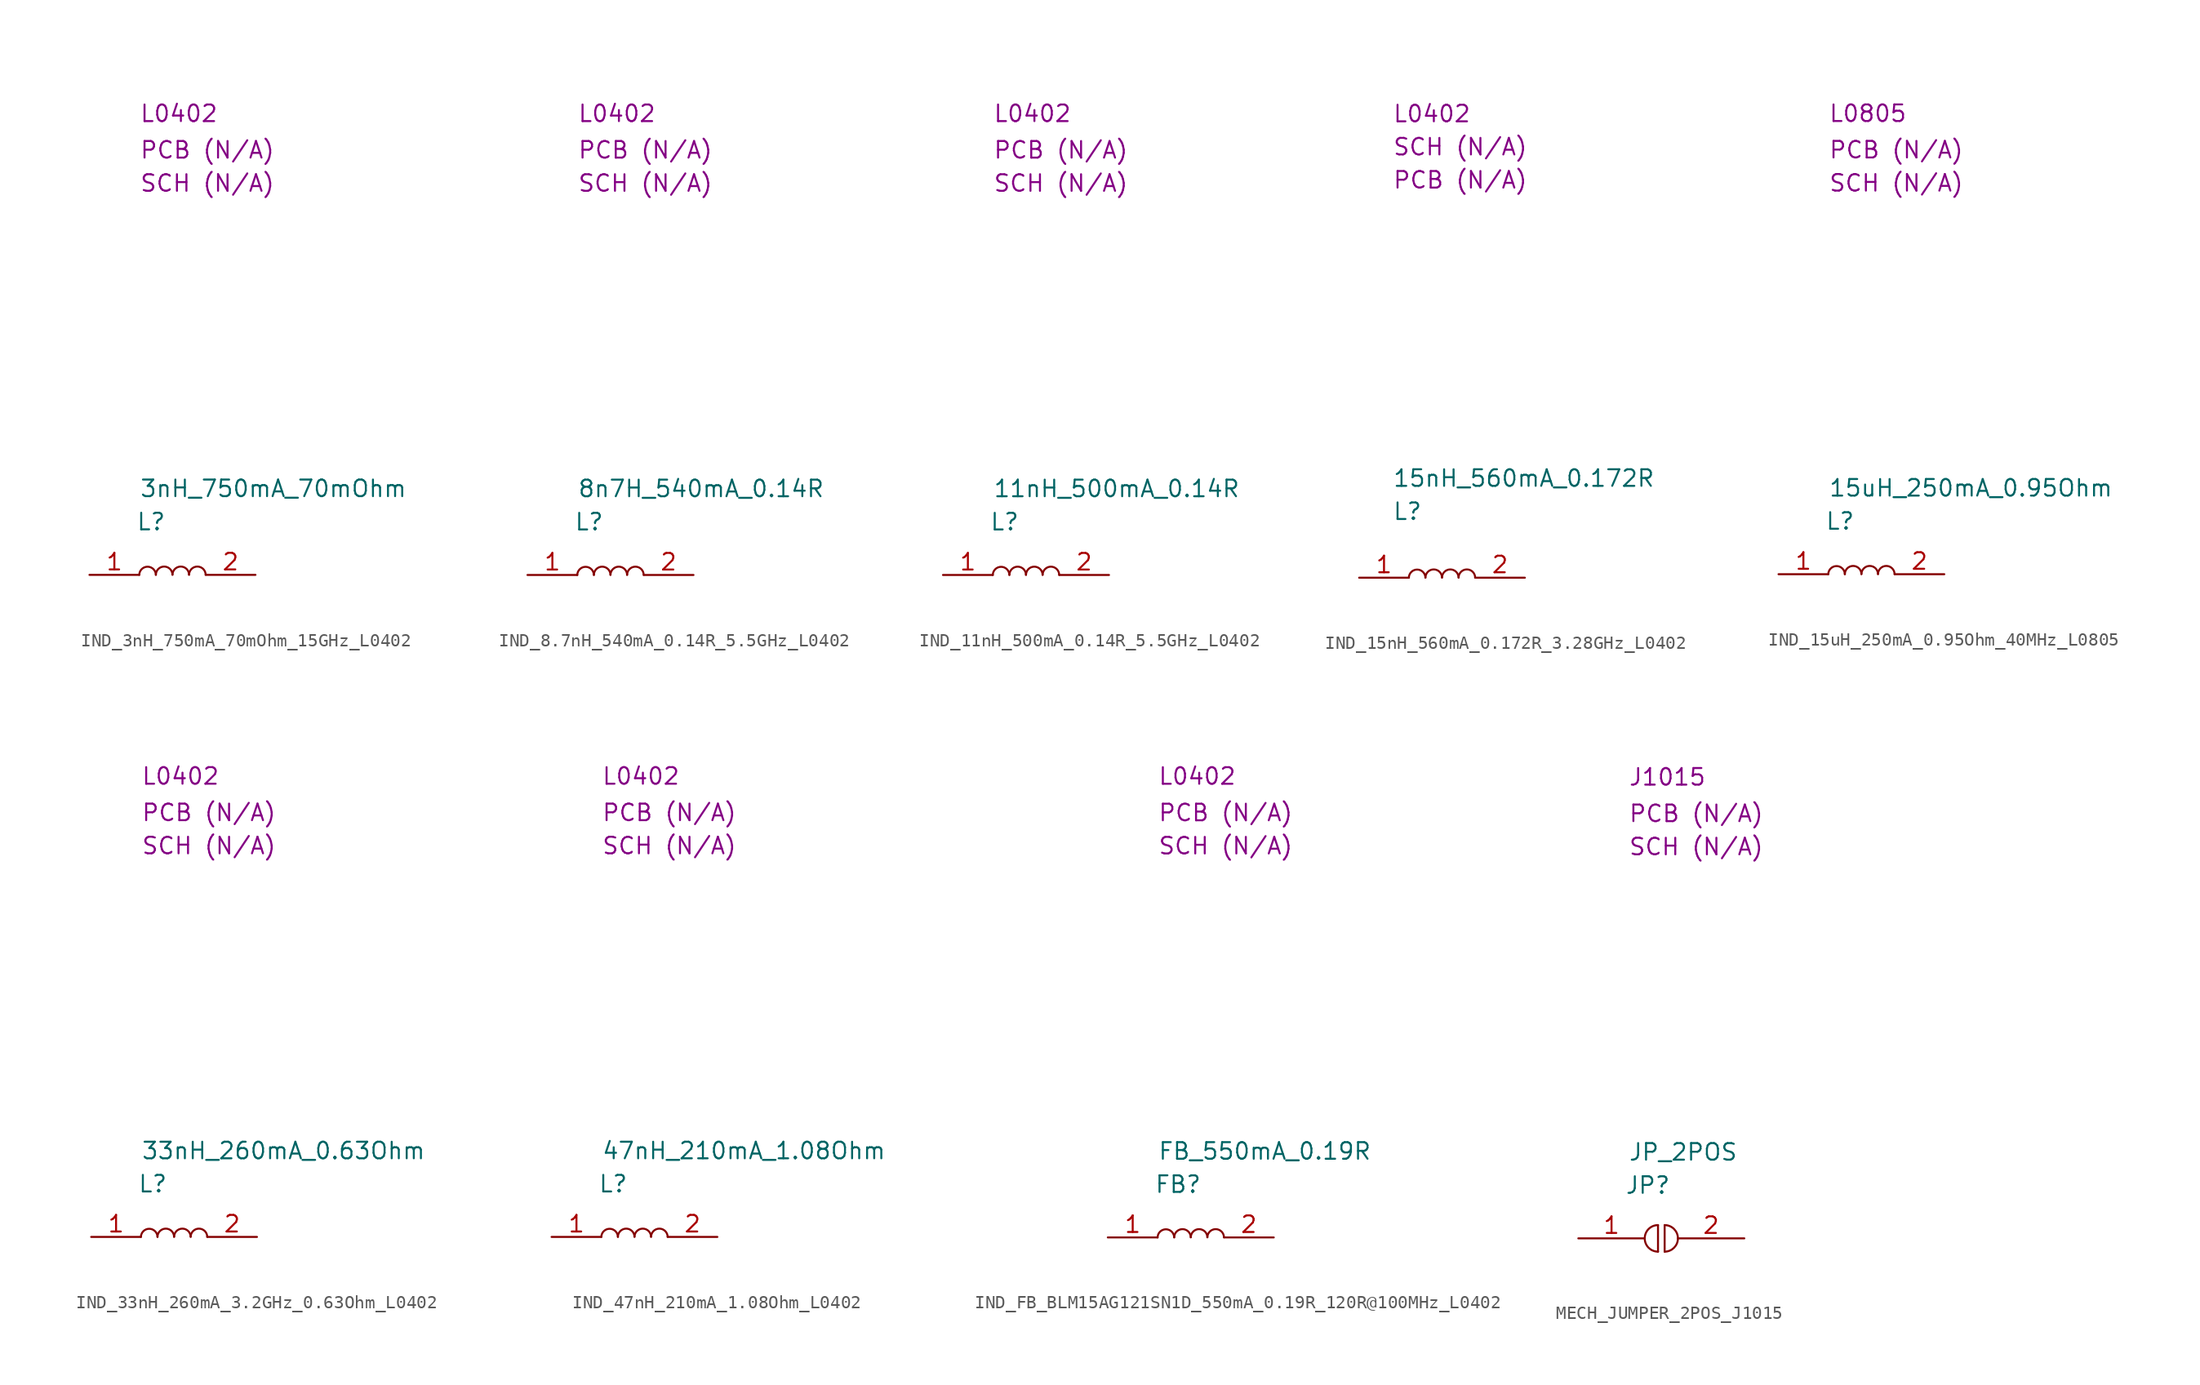
<source format=kicad_sym>
(kicad_symbol_lib
  (version 20231120)
  (generator "kicad_symbol_editor")
  (generator_version "8.0")
  (symbol "IND_3nH_750mA_70mOhm_15GHz_L0402"
    (property "Reference" "L"
      (at 3.556 4.064 0)
      (effects (font (size 1.27 1.27)) (justify left)))
    (property "Value" "3nH_750mA_70mOhm"
      (at 3.81 6.604 0)
      (effects (font (size 1.27 1.27)) (justify left)))
    (property "Package" "L0402"
      (at 3.81 35.306 0)
      (effects (font (size 1.27 1.27)) (justify left)))
    (property "SCH CHECK" "SCH (N/A)"
      (at 3.81 29.972 0)
      (effects (font (size 1.27 1.27)) (justify left)))
    (property "PCB CHECK" "PCB (N/A)"
      (at 3.81 32.512 0)
      (effects (font (size 1.27 1.27)) (justify left)))
    (symbol "IND_3nH_750mA_70mOhm_15GHz_L0402_0_1"
      (arc (start 5.08 0) (mid 4.445 0.6238) (end 3.81 0) (stroke (width 0) (type default)) (fill (type none)))
      (arc (start 6.35 0.0113) (mid 5.715 0.6351) (end 5.08 0.0113) (stroke (width 0) (type default)) (fill (type none)))
      (arc (start 7.62 0.0113) (mid 6.985 0.6351) (end 6.35 0.0113) (stroke (width 0) (type default)) (fill (type none)))
      (arc (start 8.89 0.0113) (mid 8.255 0.6351) (end 7.62 0.0113) (stroke (width 0) (type default)) (fill (type none))))
    (symbol "IND_3nH_750mA_70mOhm_15GHz_L0402_1_1"
      (pin passive line (at 0 0 0) (length 3.81) (name "" (effects (font (size 1.27 1.27)))) (number "1" (effects (font (size 1.27 1.27)))))
      (pin passive line (at 12.7 0 180) (length 3.81) (name "" (effects (font (size 1.27 1.27)))) (number "2" (effects (font (size 1.27 1.27)))))))
  (symbol "IND_8.7nH_540mA_0.14R_5.5GHz_L0402"
    (property "Reference" "L"
      (at 3.556 4.064 0)
      (effects (font (size 1.27 1.27)) (justify left)))
    (property "Value" "8n7H_540mA_0.14R"
      (at 3.81 6.604 0)
      (effects (font (size 1.27 1.27)) (justify left)))
    (property "Package" "L0402"
      (at 3.81 35.306 0)
      (effects (font (size 1.27 1.27)) (justify left)))
    (property "SCH CHECK" "SCH (N/A)"
      (at 3.81 29.972 0)
      (effects (font (size 1.27 1.27)) (justify left)))
    (property "PCB CHECK" "PCB (N/A)"
      (at 3.81 32.512 0)
      (effects (font (size 1.27 1.27)) (justify left)))
    (symbol "IND_8.7nH_540mA_0.14R_5.5GHz_L0402_0_1"
      (arc (start 5.08 0) (mid 4.445 0.6238) (end 3.81 0) (stroke (width 0) (type default)) (fill (type none)))
      (arc (start 6.35 0.0113) (mid 5.715 0.6351) (end 5.08 0.0113) (stroke (width 0) (type default)) (fill (type none)))
      (arc (start 7.62 0.0113) (mid 6.985 0.6351) (end 6.35 0.0113) (stroke (width 0) (type default)) (fill (type none)))
      (arc (start 8.89 0.0113) (mid 8.255 0.6351) (end 7.62 0.0113) (stroke (width 0) (type default)) (fill (type none))))
    (symbol "IND_8.7nH_540mA_0.14R_5.5GHz_L0402_1_1"
      (pin passive line (at 0 0 0) (length 3.81) (name "" (effects (font (size 1.27 1.27)))) (number "1" (effects (font (size 1.27 1.27)))))
      (pin passive line (at 12.7 0 180) (length 3.81) (name "" (effects (font (size 1.27 1.27)))) (number "2" (effects (font (size 1.27 1.27)))))))
  (symbol "IND_11nH_500mA_0.14R_5.5GHz_L0402"
    (property "Reference" "L"
      (at 3.556 4.064 0)
      (effects (font (size 1.27 1.27)) (justify left)))
    (property "Value" "11nH_500mA_0.14R"
      (at 3.81 6.604 0)
      (effects (font (size 1.27 1.27)) (justify left)))
    (property "Package" "L0402"
      (at 3.81 35.306 0)
      (effects (font (size 1.27 1.27)) (justify left)))
    (property "SCH CHECK" "SCH (N/A)"
      (at 3.81 29.972 0)
      (effects (font (size 1.27 1.27)) (justify left)))
    (property "PCB CHECK" "PCB (N/A)"
      (at 3.81 32.512 0)
      (effects (font (size 1.27 1.27)) (justify left)))
    (symbol "IND_11nH_500mA_0.14R_5.5GHz_L0402_0_1"
      (arc (start 5.08 0) (mid 4.445 0.6238) (end 3.81 0) (stroke (width 0) (type default)) (fill (type none)))
      (arc (start 6.35 0.0113) (mid 5.715 0.6351) (end 5.08 0.0113) (stroke (width 0) (type default)) (fill (type none)))
      (arc (start 7.62 0.0113) (mid 6.985 0.6351) (end 6.35 0.0113) (stroke (width 0) (type default)) (fill (type none)))
      (arc (start 8.89 0.0113) (mid 8.255 0.6351) (end 7.62 0.0113) (stroke (width 0) (type default)) (fill (type none))))
    (symbol "IND_11nH_500mA_0.14R_5.5GHz_L0402_1_1"
      (pin passive line (at 0 0 0) (length 3.81) (name "" (effects (font (size 1.27 1.27)))) (number "1" (effects (font (size 1.27 1.27)))))
      (pin passive line (at 12.7 0 180) (length 3.81) (name "" (effects (font (size 1.27 1.27)))) (number "2" (effects (font (size 1.27 1.27)))))))
  (symbol "IND_15nH_560mA_0.172R_3.28GHz_L0402"
    (property "Reference" "L"
      (at 2.54 5.08 0)
      (effects (font (size 1.27 1.27)) (justify left)))
    (property "Value" "15nH_560mA_0.172R"
      (at 2.54 7.62 0)
      (effects (font (size 1.27 1.27)) (justify left)))
    (property "SCH CHECK" "SCH (N/A)"
      (at 2.54 33.02 0)
      (effects (font (size 1.27 1.27)) (justify left)))
    (property "Package" "L0402"
      (at 2.54 35.56 0)
      (effects (font (size 1.27 1.27)) (justify left)))
    (property "PCB CHECk" "PCB (N/A)"
      (at 2.54 30.48 0)
      (effects (font (size 1.27 1.27)) (justify left)))
    (symbol "IND_15nH_560mA_0.172R_3.28GHz_L0402_0_1"
      (arc (start 5.08 0) (mid 4.445 0.6238) (end 3.81 0) (stroke (width 0) (type default)) (fill (type none)))
      (arc (start 6.35 0.0113) (mid 5.715 0.6351) (end 5.08 0.0113) (stroke (width 0) (type default)) (fill (type none)))
      (arc (start 7.62 0.0113) (mid 6.985 0.6351) (end 6.35 0.0113) (stroke (width 0) (type default)) (fill (type none)))
      (arc (start 8.89 0.0113) (mid 8.255 0.6351) (end 7.62 0.0113) (stroke (width 0) (type default)) (fill (type none))))
    (symbol "IND_15nH_560mA_0.172R_3.28GHz_L0402_1_1"
      (pin passive line (at 0 0 0) (length 3.81) (name "" (effects (font (size 1.27 1.27)))) (number "1" (effects (font (size 1.27 1.27)))))
      (pin passive line (at 12.7 0 180) (length 3.81) (name "" (effects (font (size 1.27 1.27)))) (number "2" (effects (font (size 1.27 1.27)))))))
  (symbol "IND_15uH_250mA_0.95Ohm_40MHz_L0805"
    (property "Reference" "L"
      (at 3.556 4.064 0)
      (effects (font (size 1.27 1.27)) (justify left)))
    (property "Value" "15uH_250mA_0.95Ohm"
      (at 3.81 6.604 0)
      (effects (font (size 1.27 1.27)) (justify left)))
    (property "Package" "L0805"
      (at 3.81 35.306 0)
      (effects (font (size 1.27 1.27)) (justify left)))
    (property "SCH CHECK" "SCH (N/A)"
      (at 3.81 29.972 0)
      (effects (font (size 1.27 1.27)) (justify left)))
    (property "PCB CHECK" "PCB (N/A)"
      (at 3.81 32.512 0)
      (effects (font (size 1.27 1.27)) (justify left)))
    (symbol "IND_15uH_250mA_0.95Ohm_40MHz_L0805_0_1"
      (arc (start 5.08 0) (mid 4.445 0.6238) (end 3.81 0) (stroke (width 0) (type default)) (fill (type none)))
      (arc (start 6.35 0.0113) (mid 5.715 0.6351) (end 5.08 0.0113) (stroke (width 0) (type default)) (fill (type none)))
      (arc (start 7.62 0.0113) (mid 6.985 0.6351) (end 6.35 0.0113) (stroke (width 0) (type default)) (fill (type none)))
      (arc (start 8.89 0.0113) (mid 8.255 0.6351) (end 7.62 0.0113) (stroke (width 0) (type default)) (fill (type none))))
    (symbol "IND_15uH_250mA_0.95Ohm_40MHz_L0805_1_1"
      (pin passive line (at 0 0 0) (length 3.81) (name "" (effects (font (size 1.27 1.27)))) (number "1" (effects (font (size 1.27 1.27)))))
      (pin passive line (at 12.7 0 180) (length 3.81) (name "" (effects (font (size 1.27 1.27)))) (number "2" (effects (font (size 1.27 1.27)))))))
  (symbol "IND_33nH_260mA_3.2GHz_0.63Ohm_L0402"
    (property "Reference" "L"
      (at 3.556 4.064 0)
      (effects (font (size 1.27 1.27)) (justify left)))
    (property "Value" "33nH_260mA_0.63Ohm"
      (at 3.81 6.604 0)
      (effects (font (size 1.27 1.27)) (justify left)))
    (property "Package" "L0402"
      (at 3.81 35.306 0)
      (effects (font (size 1.27 1.27)) (justify left)))
    (property "SCH CHECK" "SCH (N/A)"
      (at 3.81 29.972 0)
      (effects (font (size 1.27 1.27)) (justify left)))
    (property "PCB CHECK" "PCB (N/A)"
      (at 3.81 32.512 0)
      (effects (font (size 1.27 1.27)) (justify left)))
    (symbol "IND_33nH_260mA_3.2GHz_0.63Ohm_L0402_0_1"
      (arc (start 5.08 0) (mid 4.445 0.6238) (end 3.81 0) (stroke (width 0) (type default)) (fill (type none)))
      (arc (start 6.35 0.0113) (mid 5.715 0.6351) (end 5.08 0.0113) (stroke (width 0) (type default)) (fill (type none)))
      (arc (start 7.62 0.0113) (mid 6.985 0.6351) (end 6.35 0.0113) (stroke (width 0) (type default)) (fill (type none)))
      (arc (start 8.89 0.0113) (mid 8.255 0.6351) (end 7.62 0.0113) (stroke (width 0) (type default)) (fill (type none))))
    (symbol "IND_33nH_260mA_3.2GHz_0.63Ohm_L0402_1_1"
      (pin passive line (at 0 0 0) (length 3.81) (name "" (effects (font (size 1.27 1.27)))) (number "1" (effects (font (size 1.27 1.27)))))
      (pin passive line (at 12.7 0 180) (length 3.81) (name "" (effects (font (size 1.27 1.27)))) (number "2" (effects (font (size 1.27 1.27)))))))
  (symbol "IND_47nH_210mA_1.08Ohm_L0402"
    (property "Reference" "L"
      (at 3.556 4.064 0)
      (effects (font (size 1.27 1.27)) (justify left)))
    (property "Value" "47nH_210mA_1.08Ohm"
      (at 3.81 6.604 0)
      (effects (font (size 1.27 1.27)) (justify left)))
    (property "Package" "L0402"
      (at 3.81 35.306 0)
      (effects (font (size 1.27 1.27)) (justify left)))
    (property "SCH CHECK" "SCH (N/A)"
      (at 3.81 29.972 0)
      (effects (font (size 1.27 1.27)) (justify left)))
    (property "PCB CHECK" "PCB (N/A)"
      (at 3.81 32.512 0)
      (effects (font (size 1.27 1.27)) (justify left)))
    (symbol "IND_47nH_210mA_1.08Ohm_L0402_0_1"
      (arc (start 5.08 0) (mid 4.445 0.6238) (end 3.81 0) (stroke (width 0) (type default)) (fill (type none)))
      (arc (start 6.35 0.0113) (mid 5.715 0.6351) (end 5.08 0.0113) (stroke (width 0) (type default)) (fill (type none)))
      (arc (start 7.62 0.0113) (mid 6.985 0.6351) (end 6.35 0.0113) (stroke (width 0) (type default)) (fill (type none)))
      (arc (start 8.89 0.0113) (mid 8.255 0.6351) (end 7.62 0.0113) (stroke (width 0) (type default)) (fill (type none))))
    (symbol "IND_47nH_210mA_1.08Ohm_L0402_1_1"
      (pin passive line (at 0 0 0) (length 3.81) (name "" (effects (font (size 1.27 1.27)))) (number "1" (effects (font (size 1.27 1.27)))))
      (pin passive line (at 12.7 0 180) (length 3.81) (name "" (effects (font (size 1.27 1.27)))) (number "2" (effects (font (size 1.27 1.27)))))))
  (symbol "IND_FB_BLM15AG121SN1D_550mA_0.19R_120R@100MHz_L0402"
    (property "Reference" "FB"
      (at 3.556 4.064 0)
      (effects (font (size 1.27 1.27)) (justify left)))
    (property "Value" "FB_550mA_0.19R"
      (at 3.81 6.604 0)
      (effects (font (size 1.27 1.27)) (justify left)))
    (property "Package" "L0402"
      (at 3.81 35.306 0)
      (effects (font (size 1.27 1.27)) (justify left)))
    (property "SCH CHECK" "SCH (N/A)"
      (at 3.81 29.972 0)
      (effects (font (size 1.27 1.27)) (justify left)))
    (property "PCB CHECK" "PCB (N/A)"
      (at 3.81 32.512 0)
      (effects (font (size 1.27 1.27)) (justify left)))
    (symbol "IND_FB_BLM15AG121SN1D_550mA_0.19R_120R@100MHz_L0402_0_1"
      (arc (start 5.08 0) (mid 4.445 0.6238) (end 3.81 0) (stroke (width 0) (type default)) (fill (type none)))
      (arc (start 6.35 0.0113) (mid 5.715 0.6351) (end 5.08 0.0113) (stroke (width 0) (type default)) (fill (type none)))
      (arc (start 7.62 0.0113) (mid 6.985 0.6351) (end 6.35 0.0113) (stroke (width 0) (type default)) (fill (type none)))
      (arc (start 8.89 0.0113) (mid 8.255 0.6351) (end 7.62 0.0113) (stroke (width 0) (type default)) (fill (type none))))
    (symbol "IND_FB_BLM15AG121SN1D_550mA_0.19R_120R@100MHz_L0402_1_1"
      (pin passive line (at 0 0 0) (length 3.81) (name "" (effects (font (size 1.27 1.27)))) (number "1" (effects (font (size 1.27 1.27)))))
      (pin passive line (at 12.7 0 180) (length 3.81) (name "" (effects (font (size 1.27 1.27)))) (number "2" (effects (font (size 1.27 1.27)))))))
  (symbol "MECH_JUMPER_2POS_J1015"
    (property "Reference" "JP"
      (at 3.556 4.064 0)
      (effects (font (size 1.27 1.27)) (justify left)))
    (property "Value" "JP_2POS"
      (at 3.81 6.604 0)
      (effects (font (size 1.27 1.27)) (justify left)))
    (property "Package" "J1015"
      (at 3.81 35.306 0)
      (effects (font (size 1.27 1.27)) (justify left)))
    (property "SCH CHECK" "SCH (N/A)"
      (at 3.81 29.972 0)
      (effects (font (size 1.27 1.27)) (justify left)))
    (property "PCB CHECK" "PCB (N/A)"
      (at 3.81 32.512 0)
      (effects (font (size 1.27 1.27)) (justify left)))
    (symbol "MECH_JUMPER_2POS_J1015_0_1"
      (polyline (pts (xy 6.096 1.016) (xy 6.096 -1.016)) (stroke (width 0) (type default)) (fill (type none)))
      (polyline (pts (xy 6.604 1.016) (xy 6.604 -1.016)) (stroke (width 0) (type default)) (fill (type none)))
      (arc (start 6.096 1.016) (mid 5.08 0) (end 6.096 -1.016) (stroke (width 0) (type default)) (fill (type none)))
      (arc (start 6.604 -1.016) (mid 7.62 0) (end 6.604 1.016) (stroke (width 0) (type default)) (fill (type none))))
    (symbol "MECH_JUMPER_2POS_J1015_1_1"
      (pin passive line (at 0 0 0) (length 5.08) (name "" (effects (font (size 1.27 1.27)))) (number "1" (effects (font (size 1.27 1.27)))))
      (pin passive line (at 12.7 0 180) (length 5.08) (name "" (effects (font (size 1.27 1.27)))) (number "2" (effects (font (size 1.27 1.27))))))))
</source>
